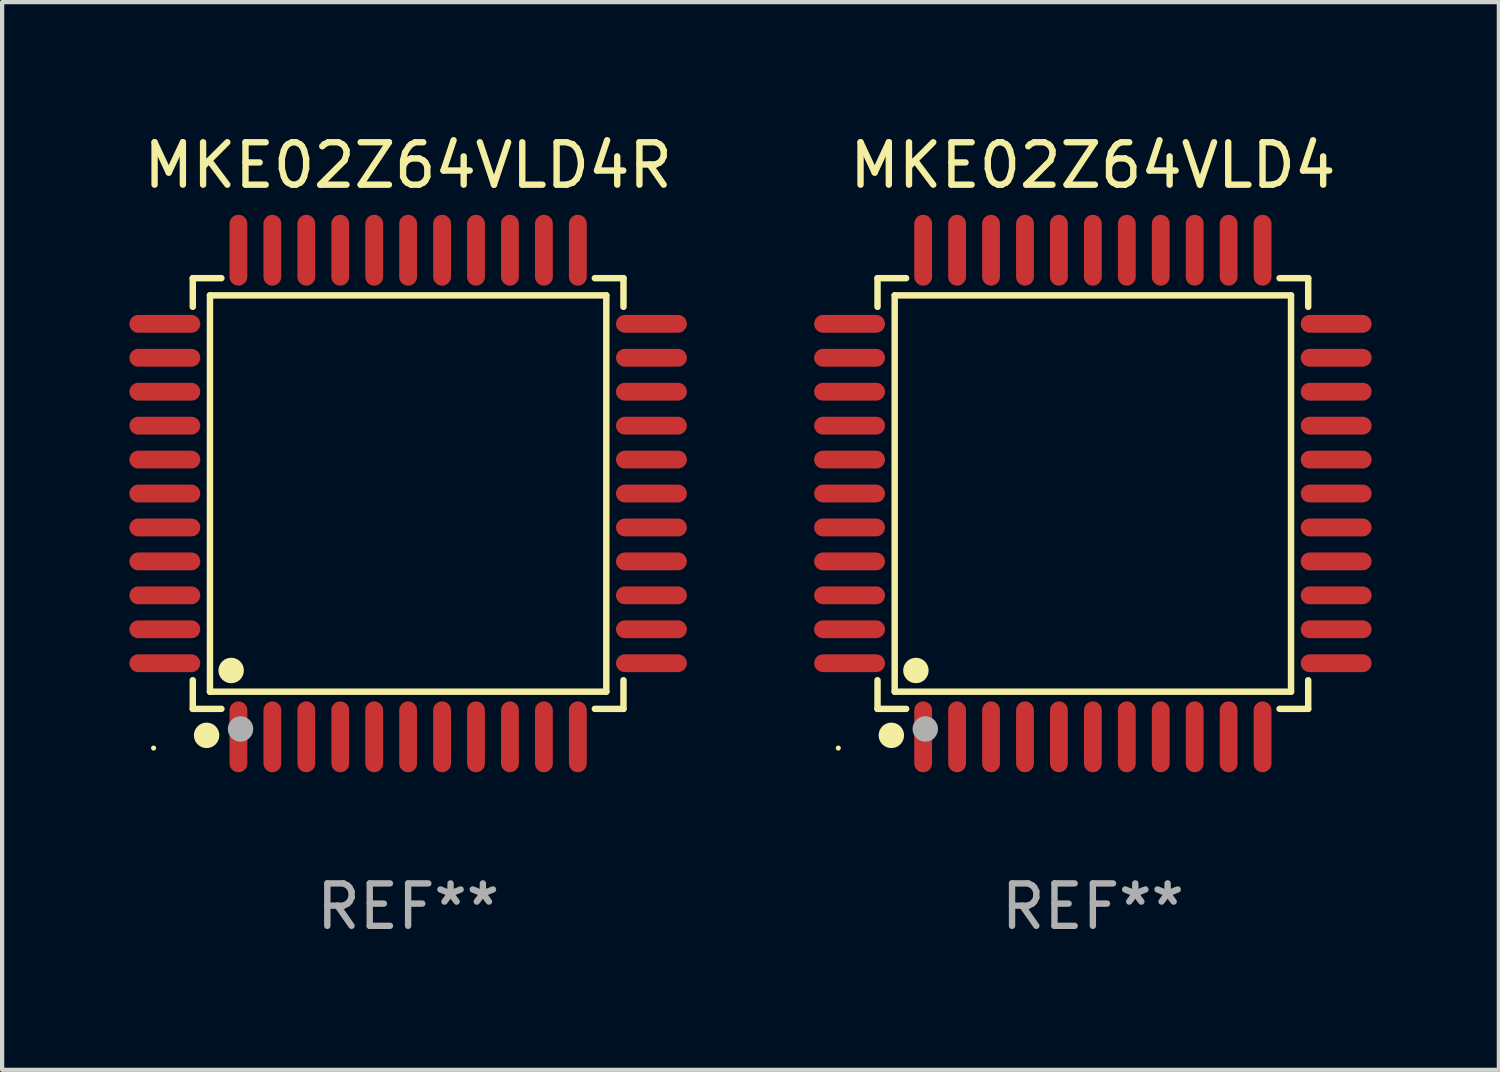
<source format=kicad_pcb>
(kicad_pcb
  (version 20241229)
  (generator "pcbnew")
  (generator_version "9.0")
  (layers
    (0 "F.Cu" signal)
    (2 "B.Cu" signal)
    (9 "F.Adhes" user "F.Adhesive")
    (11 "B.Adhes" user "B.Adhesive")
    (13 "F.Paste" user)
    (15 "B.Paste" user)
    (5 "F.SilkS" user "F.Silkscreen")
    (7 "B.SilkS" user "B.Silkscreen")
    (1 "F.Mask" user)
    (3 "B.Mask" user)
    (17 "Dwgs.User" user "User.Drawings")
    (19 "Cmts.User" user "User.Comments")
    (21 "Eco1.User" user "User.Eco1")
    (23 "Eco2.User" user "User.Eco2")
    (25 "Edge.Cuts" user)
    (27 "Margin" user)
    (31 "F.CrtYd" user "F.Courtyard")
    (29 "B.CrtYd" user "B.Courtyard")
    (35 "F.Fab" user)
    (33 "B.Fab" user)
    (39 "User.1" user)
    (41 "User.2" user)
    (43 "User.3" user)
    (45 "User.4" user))
  (footprint "MKE02Z64VLD4"
    (layer "F.Cu")
    (at 22.71 8.583)
    (property "Reference" "MKE02Z64VLD4" (at 0 -7.735 0) (layer "F.SilkS") (effects (font (size 1 1) (thickness 0.15))))
    (attr through_hole)
    (fp_line (start -5.076 -5.076) (end -4.401 -5.076) (stroke (width 0.152) (type solid)) (layer "F.SilkS"))
    (fp_line (start -5.076 -4.401) (end -5.076 -5.076) (stroke (width 0.152) (type solid)) (layer "F.SilkS"))
    (fp_line (start -5.076 4.401) (end -5.076 5.076) (stroke (width 0.152) (type solid)) (layer "F.SilkS"))
    (fp_line (start -5.076 5.076) (end -4.401 5.076) (stroke (width 0.152) (type solid)) (layer "F.SilkS"))
    (fp_line (start -4.671 -4.671) (end 4.671 -4.671) (stroke (width 0.152) (type solid)) (layer "F.SilkS"))
    (fp_line (start -4.671 4.671) (end -4.671 -4.671) (stroke (width 0.152) (type solid)) (layer "F.SilkS"))
    (fp_line (start 4.671 -4.671) (end 4.671 4.671) (stroke (width 0.152) (type solid)) (layer "F.SilkS"))
    (fp_line (start 4.671 4.671) (end -4.671 4.671) (stroke (width 0.152) (type solid)) (layer "F.SilkS"))
    (fp_line (start 5.076 -5.076) (end 4.401 -5.076) (stroke (width 0.152) (type solid)) (layer "F.SilkS"))
    (fp_line (start 5.076 -4.401) (end 5.076 -5.076) (stroke (width 0.152) (type solid)) (layer "F.SilkS"))
    (fp_line (start 5.076 4.401) (end 5.076 5.076) (stroke (width 0.152) (type solid)) (layer "F.SilkS"))
    (fp_line (start 5.076 5.076) (end 4.401 5.076) (stroke (width 0.152) (type solid)) (layer "F.SilkS"))
    (fp_circle (center -6 6) (end -5.97 6) (stroke (width 0.06) (type solid)) (fill no) (layer "F.SilkS"))
    (fp_circle (center -4.75 5.7) (end -4.6 5.7) (stroke (width 0.3) (type solid)) (fill no) (layer "F.SilkS"))
    (fp_circle (center -4.171 4.171) (end -4.021 4.171) (stroke (width 0.3) (type solid)) (fill no) (layer "F.SilkS"))
    (fp_circle (center -3.95 5.55) (end -3.8 5.55) (stroke (width 0.3) (type solid)) (fill no) (layer "F.Fab"))
    (fp_text user "REF**" (at 0 9.735 0) (layer "F.Fab") (effects (font (size 1 1) (thickness 0.15))))
    (pad "1" smd oval (at -4 5.735) (size 0.42 1.67) (layers "F.Cu" "F.Mask" "F.Paste"))
    (pad "2" smd oval (at -3.2 5.735) (size 0.42 1.67) (layers "F.Cu" "F.Mask" "F.Paste"))
    (pad "3" smd oval (at -2.4 5.735) (size 0.42 1.67) (layers "F.Cu" "F.Mask" "F.Paste"))
    (pad "4" smd oval (at -1.6 5.735) (size 0.42 1.67) (layers "F.Cu" "F.Mask" "F.Paste"))
    (pad "5" smd oval (at -0.8 5.735) (size 0.42 1.67) (layers "F.Cu" "F.Mask" "F.Paste"))
    (pad "6" smd oval (at 0 5.735) (size 0.42 1.67) (layers "F.Cu" "F.Mask" "F.Paste"))
    (pad "7" smd oval (at 0.8 5.735) (size 0.42 1.67) (layers "F.Cu" "F.Mask" "F.Paste"))
    (pad "8" smd oval (at 1.6 5.735) (size 0.42 1.67) (layers "F.Cu" "F.Mask" "F.Paste"))
    (pad "9" smd oval (at 2.4 5.735) (size 0.42 1.67) (layers "F.Cu" "F.Mask" "F.Paste"))
    (pad "10" smd oval (at 3.2 5.735) (size 0.42 1.67) (layers "F.Cu" "F.Mask" "F.Paste"))
    (pad "11" smd oval (at 4 5.735) (size 0.42 1.67) (layers "F.Cu" "F.Mask" "F.Paste"))
    (pad "12" smd oval (at 5.735 4) (size 1.67 0.42) (layers "F.Cu" "F.Mask" "F.Paste"))
    (pad "13" smd oval (at 5.735 3.2) (size 1.67 0.42) (layers "F.Cu" "F.Mask" "F.Paste"))
    (pad "14" smd oval (at 5.735 2.4) (size 1.67 0.42) (layers "F.Cu" "F.Mask" "F.Paste"))
    (pad "15" smd oval (at 5.735 1.6) (size 1.67 0.42) (layers "F.Cu" "F.Mask" "F.Paste"))
    (pad "16" smd oval (at 5.735 0.8) (size 1.67 0.42) (layers "F.Cu" "F.Mask" "F.Paste"))
    (pad "17" smd oval (at 5.735 0) (size 1.67 0.42) (layers "F.Cu" "F.Mask" "F.Paste"))
    (pad "18" smd oval (at 5.735 -0.8) (size 1.67 0.42) (layers "F.Cu" "F.Mask" "F.Paste"))
    (pad "19" smd oval (at 5.735 -1.6) (size 1.67 0.42) (layers "F.Cu" "F.Mask" "F.Paste"))
    (pad "20" smd oval (at 5.735 -2.4) (size 1.67 0.42) (layers "F.Cu" "F.Mask" "F.Paste"))
    (pad "21" smd oval (at 5.735 -3.2) (size 1.67 0.42) (layers "F.Cu" "F.Mask" "F.Paste"))
    (pad "22" smd oval (at 5.735 -4) (size 1.67 0.42) (layers "F.Cu" "F.Mask" "F.Paste"))
    (pad "23" smd oval (at 4 -5.735) (size 0.42 1.67) (layers "F.Cu" "F.Mask" "F.Paste"))
    (pad "24" smd oval (at 3.2 -5.735) (size 0.42 1.67) (layers "F.Cu" "F.Mask" "F.Paste"))
    (pad "25" smd oval (at 2.4 -5.735) (size 0.42 1.67) (layers "F.Cu" "F.Mask" "F.Paste"))
    (pad "26" smd oval (at 1.6 -5.735) (size 0.42 1.67) (layers "F.Cu" "F.Mask" "F.Paste"))
    (pad "27" smd oval (at 0.8 -5.735) (size 0.42 1.67) (layers "F.Cu" "F.Mask" "F.Paste"))
    (pad "28" smd oval (at 0 -5.735) (size 0.42 1.67) (layers "F.Cu" "F.Mask" "F.Paste"))
    (pad "29" smd oval (at -0.8 -5.735) (size 0.42 1.67) (layers "F.Cu" "F.Mask" "F.Paste"))
    (pad "30" smd oval (at -1.6 -5.735) (size 0.42 1.67) (layers "F.Cu" "F.Mask" "F.Paste"))
    (pad "31" smd oval (at -2.4 -5.735) (size 0.42 1.67) (layers "F.Cu" "F.Mask" "F.Paste"))
    (pad "32" smd oval (at -3.2 -5.735) (size 0.42 1.67) (layers "F.Cu" "F.Mask" "F.Paste"))
    (pad "33" smd oval (at -4 -5.735) (size 0.42 1.67) (layers "F.Cu" "F.Mask" "F.Paste"))
    (pad "34" smd oval (at -5.735 -4) (size 1.67 0.42) (layers "F.Cu" "F.Mask" "F.Paste"))
    (pad "35" smd oval (at -5.735 -3.2) (size 1.67 0.42) (layers "F.Cu" "F.Mask" "F.Paste"))
    (pad "36" smd oval (at -5.735 -2.4) (size 1.67 0.42) (layers "F.Cu" "F.Mask" "F.Paste"))
    (pad "37" smd oval (at -5.735 -1.6) (size 1.67 0.42) (layers "F.Cu" "F.Mask" "F.Paste"))
    (pad "38" smd oval (at -5.735 -0.8) (size 1.67 0.42) (layers "F.Cu" "F.Mask" "F.Paste"))
    (pad "39" smd oval (at -5.735 0) (size 1.67 0.42) (layers "F.Cu" "F.Mask" "F.Paste"))
    (pad "40" smd oval (at -5.735 0.8) (size 1.67 0.42) (layers "F.Cu" "F.Mask" "F.Paste"))
    (pad "41" smd oval (at -5.735 1.6) (size 1.67 0.42) (layers "F.Cu" "F.Mask" "F.Paste"))
    (pad "42" smd oval (at -5.735 2.4) (size 1.67 0.42) (layers "F.Cu" "F.Mask" "F.Paste"))
    (pad "43" smd oval (at -5.735 3.2) (size 1.67 0.42) (layers "F.Cu" "F.Mask" "F.Paste"))
    (pad "44" smd oval (at -5.735 4) (size 1.67 0.42) (layers "F.Cu" "F.Mask" "F.Paste")))
  (footprint "MKE02Z64VLD4R"
    (layer "F.Cu")
    (at 6.57 8.583)
    (property "Reference" "MKE02Z64VLD4R" (at 0 -7.735 0) (layer "F.SilkS") (effects (font (size 1 1) (thickness 0.15))))
    (attr through_hole)
    (fp_line (start -5.076 -5.076) (end -4.401 -5.076) (stroke (width 0.152) (type solid)) (layer "F.SilkS"))
    (fp_line (start -5.076 -4.401) (end -5.076 -5.076) (stroke (width 0.152) (type solid)) (layer "F.SilkS"))
    (fp_line (start -5.076 4.401) (end -5.076 5.076) (stroke (width 0.152) (type solid)) (layer "F.SilkS"))
    (fp_line (start -5.076 5.076) (end -4.401 5.076) (stroke (width 0.152) (type solid)) (layer "F.SilkS"))
    (fp_line (start -4.671 -4.671) (end 4.671 -4.671) (stroke (width 0.152) (type solid)) (layer "F.SilkS"))
    (fp_line (start -4.671 4.671) (end -4.671 -4.671) (stroke (width 0.152) (type solid)) (layer "F.SilkS"))
    (fp_line (start 4.671 -4.671) (end 4.671 4.671) (stroke (width 0.152) (type solid)) (layer "F.SilkS"))
    (fp_line (start 4.671 4.671) (end -4.671 4.671) (stroke (width 0.152) (type solid)) (layer "F.SilkS"))
    (fp_line (start 5.076 -5.076) (end 4.401 -5.076) (stroke (width 0.152) (type solid)) (layer "F.SilkS"))
    (fp_line (start 5.076 -4.401) (end 5.076 -5.076) (stroke (width 0.152) (type solid)) (layer "F.SilkS"))
    (fp_line (start 5.076 4.401) (end 5.076 5.076) (stroke (width 0.152) (type solid)) (layer "F.SilkS"))
    (fp_line (start 5.076 5.076) (end 4.401 5.076) (stroke (width 0.152) (type solid)) (layer "F.SilkS"))
    (fp_circle (center -6 6) (end -5.97 6) (stroke (width 0.06) (type solid)) (fill no) (layer "F.SilkS"))
    (fp_circle (center -4.75 5.7) (end -4.6 5.7) (stroke (width 0.3) (type solid)) (fill no) (layer "F.SilkS"))
    (fp_circle (center -4.171 4.171) (end -4.021 4.171) (stroke (width 0.3) (type solid)) (fill no) (layer "F.SilkS"))
    (fp_circle (center -3.95 5.55) (end -3.8 5.55) (stroke (width 0.3) (type solid)) (fill no) (layer "F.Fab"))
    (fp_text user "REF**" (at 0 9.735 0) (layer "F.Fab") (effects (font (size 1 1) (thickness 0.15))))
    (pad "1" smd oval (at -4 5.735) (size 0.42 1.67) (layers "F.Cu" "F.Mask" "F.Paste"))
    (pad "2" smd oval (at -3.2 5.735) (size 0.42 1.67) (layers "F.Cu" "F.Mask" "F.Paste"))
    (pad "3" smd oval (at -2.4 5.735) (size 0.42 1.67) (layers "F.Cu" "F.Mask" "F.Paste"))
    (pad "4" smd oval (at -1.6 5.735) (size 0.42 1.67) (layers "F.Cu" "F.Mask" "F.Paste"))
    (pad "5" smd oval (at -0.8 5.735) (size 0.42 1.67) (layers "F.Cu" "F.Mask" "F.Paste"))
    (pad "6" smd oval (at 0 5.735) (size 0.42 1.67) (layers "F.Cu" "F.Mask" "F.Paste"))
    (pad "7" smd oval (at 0.8 5.735) (size 0.42 1.67) (layers "F.Cu" "F.Mask" "F.Paste"))
    (pad "8" smd oval (at 1.6 5.735) (size 0.42 1.67) (layers "F.Cu" "F.Mask" "F.Paste"))
    (pad "9" smd oval (at 2.4 5.735) (size 0.42 1.67) (layers "F.Cu" "F.Mask" "F.Paste"))
    (pad "10" smd oval (at 3.2 5.735) (size 0.42 1.67) (layers "F.Cu" "F.Mask" "F.Paste"))
    (pad "11" smd oval (at 4 5.735) (size 0.42 1.67) (layers "F.Cu" "F.Mask" "F.Paste"))
    (pad "12" smd oval (at 5.735 4) (size 1.67 0.42) (layers "F.Cu" "F.Mask" "F.Paste"))
    (pad "13" smd oval (at 5.735 3.2) (size 1.67 0.42) (layers "F.Cu" "F.Mask" "F.Paste"))
    (pad "14" smd oval (at 5.735 2.4) (size 1.67 0.42) (layers "F.Cu" "F.Mask" "F.Paste"))
    (pad "15" smd oval (at 5.735 1.6) (size 1.67 0.42) (layers "F.Cu" "F.Mask" "F.Paste"))
    (pad "16" smd oval (at 5.735 0.8) (size 1.67 0.42) (layers "F.Cu" "F.Mask" "F.Paste"))
    (pad "17" smd oval (at 5.735 0) (size 1.67 0.42) (layers "F.Cu" "F.Mask" "F.Paste"))
    (pad "18" smd oval (at 5.735 -0.8) (size 1.67 0.42) (layers "F.Cu" "F.Mask" "F.Paste"))
    (pad "19" smd oval (at 5.735 -1.6) (size 1.67 0.42) (layers "F.Cu" "F.Mask" "F.Paste"))
    (pad "20" smd oval (at 5.735 -2.4) (size 1.67 0.42) (layers "F.Cu" "F.Mask" "F.Paste"))
    (pad "21" smd oval (at 5.735 -3.2) (size 1.67 0.42) (layers "F.Cu" "F.Mask" "F.Paste"))
    (pad "22" smd oval (at 5.735 -4) (size 1.67 0.42) (layers "F.Cu" "F.Mask" "F.Paste"))
    (pad "23" smd oval (at 4 -5.735) (size 0.42 1.67) (layers "F.Cu" "F.Mask" "F.Paste"))
    (pad "24" smd oval (at 3.2 -5.735) (size 0.42 1.67) (layers "F.Cu" "F.Mask" "F.Paste"))
    (pad "25" smd oval (at 2.4 -5.735) (size 0.42 1.67) (layers "F.Cu" "F.Mask" "F.Paste"))
    (pad "26" smd oval (at 1.6 -5.735) (size 0.42 1.67) (layers "F.Cu" "F.Mask" "F.Paste"))
    (pad "27" smd oval (at 0.8 -5.735) (size 0.42 1.67) (layers "F.Cu" "F.Mask" "F.Paste"))
    (pad "28" smd oval (at 0 -5.735) (size 0.42 1.67) (layers "F.Cu" "F.Mask" "F.Paste"))
    (pad "29" smd oval (at -0.8 -5.735) (size 0.42 1.67) (layers "F.Cu" "F.Mask" "F.Paste"))
    (pad "30" smd oval (at -1.6 -5.735) (size 0.42 1.67) (layers "F.Cu" "F.Mask" "F.Paste"))
    (pad "31" smd oval (at -2.4 -5.735) (size 0.42 1.67) (layers "F.Cu" "F.Mask" "F.Paste"))
    (pad "32" smd oval (at -3.2 -5.735) (size 0.42 1.67) (layers "F.Cu" "F.Mask" "F.Paste"))
    (pad "33" smd oval (at -4 -5.735) (size 0.42 1.67) (layers "F.Cu" "F.Mask" "F.Paste"))
    (pad "34" smd oval (at -5.735 -4) (size 1.67 0.42) (layers "F.Cu" "F.Mask" "F.Paste"))
    (pad "35" smd oval (at -5.735 -3.2) (size 1.67 0.42) (layers "F.Cu" "F.Mask" "F.Paste"))
    (pad "36" smd oval (at -5.735 -2.4) (size 1.67 0.42) (layers "F.Cu" "F.Mask" "F.Paste"))
    (pad "37" smd oval (at -5.735 -1.6) (size 1.67 0.42) (layers "F.Cu" "F.Mask" "F.Paste"))
    (pad "38" smd oval (at -5.735 -0.8) (size 1.67 0.42) (layers "F.Cu" "F.Mask" "F.Paste"))
    (pad "39" smd oval (at -5.735 0) (size 1.67 0.42) (layers "F.Cu" "F.Mask" "F.Paste"))
    (pad "40" smd oval (at -5.735 0.8) (size 1.67 0.42) (layers "F.Cu" "F.Mask" "F.Paste"))
    (pad "41" smd oval (at -5.735 1.6) (size 1.67 0.42) (layers "F.Cu" "F.Mask" "F.Paste"))
    (pad "42" smd oval (at -5.735 2.4) (size 1.67 0.42) (layers "F.Cu" "F.Mask" "F.Paste"))
    (pad "43" smd oval (at -5.735 3.2) (size 1.67 0.42) (layers "F.Cu" "F.Mask" "F.Paste"))
    (pad "44" smd oval (at -5.735 4) (size 1.67 0.42) (layers "F.Cu" "F.Mask" "F.Paste")))
  (gr_rect
    (start -3 -3)
    (end 32.28 22.167)
    (stroke (width 0.1) (type default))
    (fill no)
    (layer "Edge.Cuts")))
</source>
